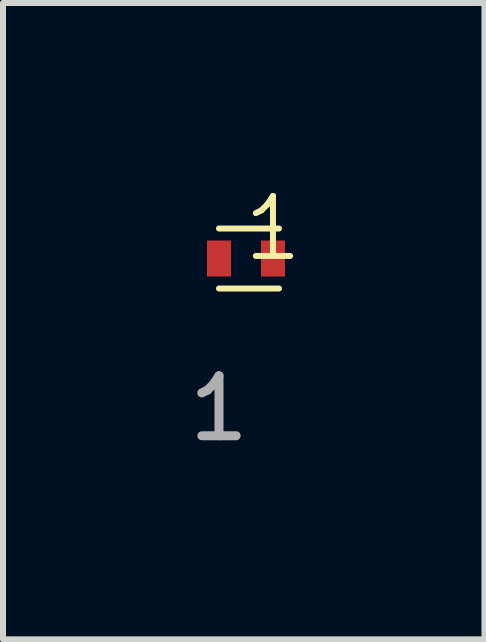
<source format=kicad_pcb>
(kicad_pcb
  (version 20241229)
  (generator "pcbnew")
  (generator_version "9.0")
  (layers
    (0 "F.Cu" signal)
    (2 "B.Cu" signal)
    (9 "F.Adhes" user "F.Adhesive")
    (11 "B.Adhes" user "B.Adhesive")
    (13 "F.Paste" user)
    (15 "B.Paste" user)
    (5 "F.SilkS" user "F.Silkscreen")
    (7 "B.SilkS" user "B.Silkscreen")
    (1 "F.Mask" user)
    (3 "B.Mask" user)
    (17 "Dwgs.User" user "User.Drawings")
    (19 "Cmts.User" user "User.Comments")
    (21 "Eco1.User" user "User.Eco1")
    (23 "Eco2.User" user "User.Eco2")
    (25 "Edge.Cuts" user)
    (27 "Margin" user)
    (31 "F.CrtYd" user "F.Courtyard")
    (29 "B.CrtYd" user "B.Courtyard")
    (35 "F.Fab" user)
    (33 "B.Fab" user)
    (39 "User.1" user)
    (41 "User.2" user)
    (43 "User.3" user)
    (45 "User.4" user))
  (footprint "1"
    (layer "F.Cu")
    (at 0.601 1.26)
    (property "Reference" "1" (at 0.9 -0.5 0) (unlocked yes) (layer "F.SilkS") (effects (font (size 1 1) (thickness 0.1))))
    (attr smd)
    (fp_line (start 0 -0.5) (end 1 -0.5) (stroke (width 0.1) (type default)) (layer "F.SilkS"))
    (fp_line (start 0 0.5) (end 1 0.5) (stroke (width 0.1) (type default)) (layer "F.SilkS"))
    (fp_text user "${REFERENCE}" (at 0 2.5 0) (unlocked yes) (layer "F.Fab") (effects (font (size 1 1) (thickness 0.15))))
    (pad "1" smd rect (at 0 0) (size 0.4 0.6) (layers "F.Cu" "F.Mask" "F.Paste"))
    (pad "2" smd rect (at 0.9 0) (size 0.4 0.6) (layers "F.Cu" "F.Mask" "F.Paste")))
  (gr_rect
    (start -3 -3)
    (end 5.027 7.609)
    (stroke (width 0.1) (type default))
    (fill no)
    (layer "Edge.Cuts")))
</source>
